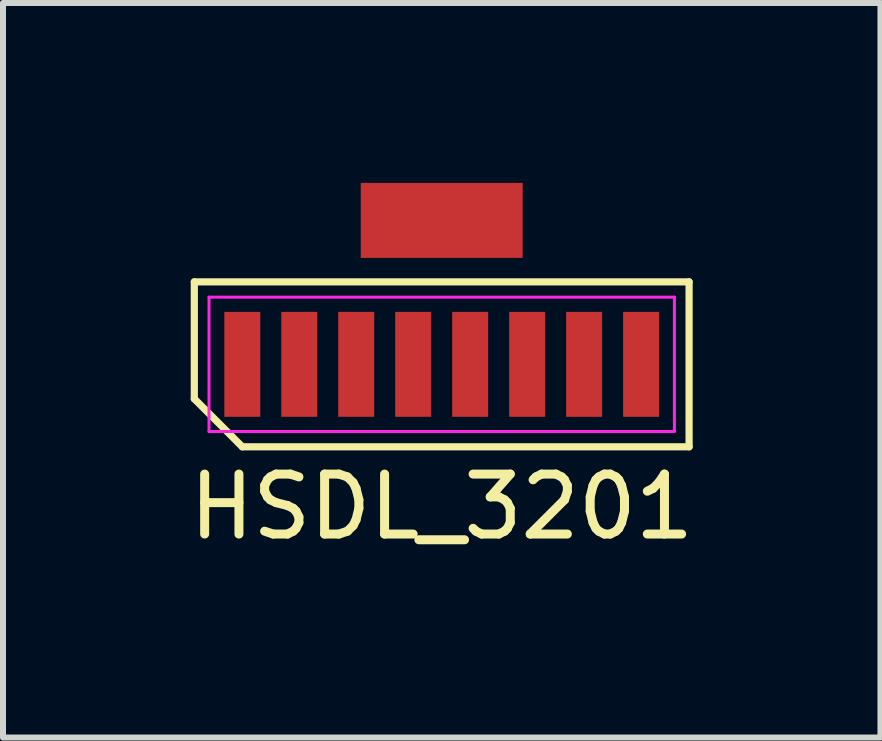
<source format=kicad_pcb>
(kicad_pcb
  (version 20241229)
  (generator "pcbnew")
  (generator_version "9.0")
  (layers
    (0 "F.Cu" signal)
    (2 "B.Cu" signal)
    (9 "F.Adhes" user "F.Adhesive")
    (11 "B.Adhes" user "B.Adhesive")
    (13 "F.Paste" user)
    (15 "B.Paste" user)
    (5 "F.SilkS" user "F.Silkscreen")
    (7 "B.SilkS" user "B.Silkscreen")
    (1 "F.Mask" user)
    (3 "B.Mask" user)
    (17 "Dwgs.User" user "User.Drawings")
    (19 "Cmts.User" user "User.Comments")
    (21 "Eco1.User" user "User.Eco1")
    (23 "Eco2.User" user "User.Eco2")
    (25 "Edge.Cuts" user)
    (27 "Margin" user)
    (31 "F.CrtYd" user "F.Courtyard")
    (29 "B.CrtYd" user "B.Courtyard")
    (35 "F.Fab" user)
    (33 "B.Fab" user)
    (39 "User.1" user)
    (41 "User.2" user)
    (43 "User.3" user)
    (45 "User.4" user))
  (footprint "HSDL_3201"
    (layer "F.Cu")
    (at 4.315 2.225)
    (property "Reference" "HSDL_3201" (at 0 3.175 0) (unlocked yes) (layer "F.SilkS") (effects (font (size 1 1) (thickness 0.15))))
    (attr smd)
    (fp_line (start -4.125 -0.575) (end 4.125 -0.575) (stroke (width 0.12) (type default)) (layer "F.SilkS"))
    (fp_line (start -4.125 1.375) (end -4.125 -0.575) (stroke (width 0.12) (type default)) (layer "F.SilkS"))
    (fp_line (start -3.325 2.175) (end -4.125 1.375) (stroke (width 0.12) (type default)) (layer "F.SilkS"))
    (fp_line (start 4.125 -0.575) (end 4.125 2.175) (stroke (width 0.12) (type default)) (layer "F.SilkS"))
    (fp_line (start 4.125 2.175) (end -3.325 2.175) (stroke (width 0.12) (type default)) (layer "F.SilkS"))
    (fp_line (start -3.88 -0.32) (end 3.88 -0.32) (stroke (width 0.05) (type default)) (layer "F.CrtYd"))
    (fp_line (start -3.88 1.92) (end -3.88 -0.32) (stroke (width 0.05) (type default)) (layer "F.CrtYd"))
    (fp_line (start 3.88 -0.32) (end 3.88 1.92) (stroke (width 0.05) (type default)) (layer "F.CrtYd"))
    (fp_line (start 3.88 1.92) (end -3.88 1.92) (stroke (width 0.05) (type default)) (layer "F.CrtYd"))
    (pad "1" smd rect (at -3.325 0.8) (size 0.6 1.75) (layers "F.Cu" "F.Mask" "F.Paste"))
    (pad "2" smd rect (at -2.375 0.8) (size 0.6 1.75) (layers "F.Cu" "F.Mask" "F.Paste"))
    (pad "3" smd rect (at -1.425 0.8) (size 0.6 1.75) (layers "F.Cu" "F.Mask" "F.Paste"))
    (pad "4" smd rect (at -0.475 0.8) (size 0.6 1.75) (layers "F.Cu" "F.Mask" "F.Paste"))
    (pad "5" smd rect (at 0.475 0.8) (size 0.6 1.75) (layers "F.Cu" "F.Mask" "F.Paste"))
    (pad "6" smd rect (at 1.425 0.8) (size 0.6 1.75) (layers "F.Cu" "F.Mask" "F.Paste"))
    (pad "7" smd rect (at 2.375 0.8) (size 0.6 1.75) (layers "F.Cu" "F.Mask" "F.Paste"))
    (pad "8" smd rect (at 3.325 0.8) (size 0.6 1.75) (layers "F.Cu" "F.Mask" "F.Paste"))
    (pad "9" smd rect (at 0 -1.6) (size 2.7 1.25) (layers "F.Cu" "F.Mask" "F.Paste")))
  (gr_rect
    (start -3 -3)
    (end 11.631 9.248)
    (stroke (width 0.1) (type default))
    (fill no)
    (layer "Edge.Cuts")))
</source>
